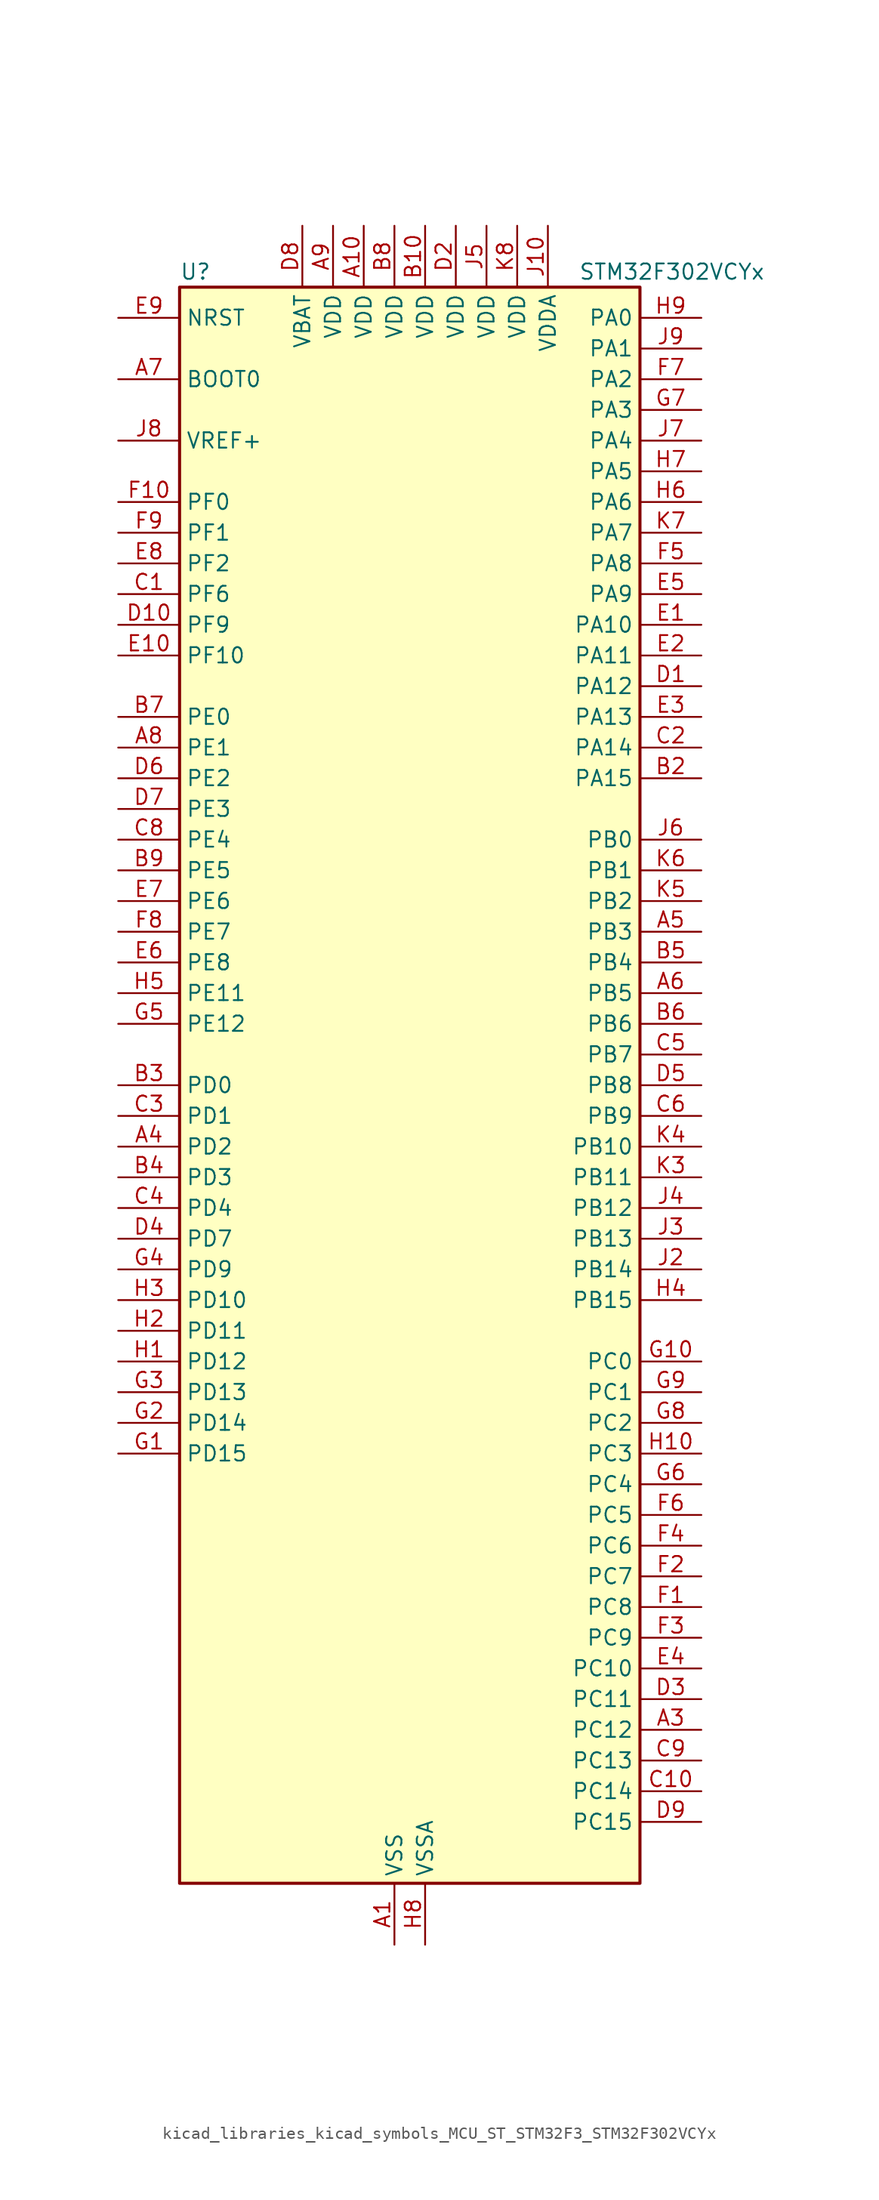
<source format=kicad_sym>
(kicad_symbol_lib
  (version 20220914)
  (generator kicad_symbol_editor)
  (symbol "kicad_libraries_kicad_symbols_MCU_ST_STM32F3_STM32F302VCYx"
    (property "Reference" "U"
      (at -17.78 67.31 0)
      (effects (font (size 1.27 1.27)) (justify left)))
    (property "Value" "STM32F302VCYx"
      (at 15.24 67.31 0)
      (effects (font (size 1.27 1.27)) (justify left)))
    (property "ki_locked" ""
      (at 0 0 0)
      (effects (font (size 1.27 1.27))))
    (symbol "kicad_libraries_kicad_symbols_MCU_ST_STM32F3_STM32F302VCYx_0_1"
      (rectangle (start -17.78 -66.04) (end 20.32 66.04) (stroke (width 0.254) (type default)) (fill (type background))))
    (symbol "kicad_libraries_kicad_symbols_MCU_ST_STM32F3_STM32F302VCYx_1_1"
      (pin power_in line (at 0 -71.12 90) (length 5.08) (name "VSS" (effects (font (size 1.27 1.27)))) (number "A1" (effects (font (size 1.27 1.27)))))
      (pin power_in line (at -2.54 71.12 270) (length 5.08) (name "VDD" (effects (font (size 1.27 1.27)))) (number "A10" (effects (font (size 1.27 1.27)))))
      (pin passive line (at 0 -71.12 90) (length 5.08) hide (name "VSS" (effects (font (size 1.27 1.27)))) (number "A2" (effects (font (size 1.27 1.27)))))
      (pin bidirectional line (at 25.4 -53.34 180) (length 5.08) (name "PC12" (effects (font (size 1.27 1.27)))) (number "A3" (effects (font (size 1.27 1.27)))) (alternate "I2S3_SD" bidirectional line) (alternate "SPI3_MOSI" bidirectional line) (alternate "UART5_TX" bidirectional line) (alternate "USART3_CK" bidirectional line))
      (pin bidirectional line (at -22.86 -5.08 0) (length 5.08) (name "PD2" (effects (font (size 1.27 1.27)))) (number "A4" (effects (font (size 1.27 1.27)))) (alternate "TIM3_ETR" bidirectional line) (alternate "UART5_RX" bidirectional line))
      (pin bidirectional line (at 25.4 12.7 180) (length 5.08) (name "PB3" (effects (font (size 1.27 1.27)))) (number "A5" (effects (font (size 1.27 1.27)))) (alternate "I2S3_CK" bidirectional line) (alternate "SPI1_SCK" bidirectional line) (alternate "SPI3_SCK" bidirectional line) (alternate "SYS_JTDO-TRACESWO" bidirectional line) (alternate "TIM2_CH2" bidirectional line) (alternate "TIM3_ETR" bidirectional line) (alternate "TIM4_ETR" bidirectional line) (alternate "TSC_G5_IO1" bidirectional line) (alternate "USART2_TX" bidirectional line))
      (pin bidirectional line (at 25.4 7.62 180) (length 5.08) (name "PB5" (effects (font (size 1.27 1.27)))) (number "A6" (effects (font (size 1.27 1.27)))) (alternate "I2C1_SMBA" bidirectional line) (alternate "I2S3_SD" bidirectional line) (alternate "SPI1_MOSI" bidirectional line) (alternate "SPI3_MOSI" bidirectional line) (alternate "TIM16_BKIN" bidirectional line) (alternate "TIM17_CH1" bidirectional line) (alternate "TIM3_CH2" bidirectional line) (alternate "USART2_CK" bidirectional line))
      (pin input line (at -22.86 58.42 0) (length 5.08) (name "BOOT0" (effects (font (size 1.27 1.27)))) (number "A7" (effects (font (size 1.27 1.27)))))
      (pin bidirectional line (at -22.86 27.94 0) (length 5.08) (name "PE1" (effects (font (size 1.27 1.27)))) (number "A8" (effects (font (size 1.27 1.27)))) (alternate "TIM17_CH1" bidirectional line) (alternate "USART1_RX" bidirectional line))
      (pin power_in line (at -5.08 71.12 270) (length 5.08) (name "VDD" (effects (font (size 1.27 1.27)))) (number "A9" (effects (font (size 1.27 1.27)))))
      (pin passive line (at 0 -71.12 90) (length 5.08) hide (name "VSS" (effects (font (size 1.27 1.27)))) (number "B1" (effects (font (size 1.27 1.27)))))
      (pin power_in line (at 2.54 71.12 270) (length 5.08) (name "VDD" (effects (font (size 1.27 1.27)))) (number "B10" (effects (font (size 1.27 1.27)))))
      (pin bidirectional line (at 25.4 25.4 180) (length 5.08) (name "PA15" (effects (font (size 1.27 1.27)))) (number "B2" (effects (font (size 1.27 1.27)))) (alternate "ADC1_EXTI15" bidirectional line) (alternate "ADC2_EXTI15" bidirectional line) (alternate "I2C1_SCL" bidirectional line) (alternate "I2S3_WS" bidirectional line) (alternate "SPI1_NSS" bidirectional line) (alternate "SPI3_NSS" bidirectional line) (alternate "SYS_JTDI" bidirectional line) (alternate "TIM1_BKIN" bidirectional line) (alternate "TIM2_CH1" bidirectional line) (alternate "TIM2_ETR" bidirectional line) (alternate "USART2_RX" bidirectional line))
      (pin bidirectional line (at -22.86 0 0) (length 5.08) (name "PD0" (effects (font (size 1.27 1.27)))) (number "B3" (effects (font (size 1.27 1.27)))) (alternate "CAN_RX" bidirectional line))
      (pin bidirectional line (at -22.86 -7.62 0) (length 5.08) (name "PD3" (effects (font (size 1.27 1.27)))) (number "B4" (effects (font (size 1.27 1.27)))) (alternate "TIM2_CH1" bidirectional line) (alternate "TIM2_ETR" bidirectional line) (alternate "USART2_CTS" bidirectional line))
      (pin bidirectional line (at 25.4 10.16 180) (length 5.08) (name "PB4" (effects (font (size 1.27 1.27)))) (number "B5" (effects (font (size 1.27 1.27)))) (alternate "I2S3_ext_SD" bidirectional line) (alternate "SPI1_MISO" bidirectional line) (alternate "SPI3_MISO" bidirectional line) (alternate "SYS_NJTRST" bidirectional line) (alternate "TIM16_CH1" bidirectional line) (alternate "TIM17_BKIN" bidirectional line) (alternate "TIM3_CH1" bidirectional line) (alternate "TSC_G5_IO2" bidirectional line) (alternate "USART2_RX" bidirectional line))
      (pin bidirectional line (at 25.4 5.08 180) (length 5.08) (name "PB6" (effects (font (size 1.27 1.27)))) (number "B6" (effects (font (size 1.27 1.27)))) (alternate "I2C1_SCL" bidirectional line) (alternate "TIM16_CH1N" bidirectional line) (alternate "TIM4_CH1" bidirectional line) (alternate "TSC_G5_IO3" bidirectional line) (alternate "USART1_TX" bidirectional line))
      (pin bidirectional line (at -22.86 30.48 0) (length 5.08) (name "PE0" (effects (font (size 1.27 1.27)))) (number "B7" (effects (font (size 1.27 1.27)))) (alternate "TIM16_CH1" bidirectional line) (alternate "TIM4_ETR" bidirectional line) (alternate "USART1_TX" bidirectional line))
      (pin power_in line (at 0 71.12 270) (length 5.08) (name "VDD" (effects (font (size 1.27 1.27)))) (number "B8" (effects (font (size 1.27 1.27)))))
      (pin bidirectional line (at -22.86 17.78 0) (length 5.08) (name "PE5" (effects (font (size 1.27 1.27)))) (number "B9" (effects (font (size 1.27 1.27)))) (alternate "SYS_TRACED2" bidirectional line) (alternate "TIM3_CH4" bidirectional line) (alternate "TSC_G7_IO4" bidirectional line))
      (pin bidirectional line (at -22.86 40.64 0) (length 5.08) (name "PF6" (effects (font (size 1.27 1.27)))) (number "C1" (effects (font (size 1.27 1.27)))) (alternate "I2C2_SCL" bidirectional line) (alternate "TIM4_CH4" bidirectional line) (alternate "USART3_DE" bidirectional line) (alternate "USART3_RTS" bidirectional line))
      (pin bidirectional line (at 25.4 -58.42 180) (length 5.08) (name "PC14" (effects (font (size 1.27 1.27)))) (number "C10" (effects (font (size 1.27 1.27)))) (alternate "RCC_OSC32_IN" bidirectional line))
      (pin bidirectional line (at 25.4 27.94 180) (length 5.08) (name "PA14" (effects (font (size 1.27 1.27)))) (number "C2" (effects (font (size 1.27 1.27)))) (alternate "I2C1_SDA" bidirectional line) (alternate "SYS_JTCK-SWCLK" bidirectional line) (alternate "TIM1_BKIN" bidirectional line) (alternate "TSC_G4_IO4" bidirectional line) (alternate "USART2_TX" bidirectional line))
      (pin bidirectional line (at -22.86 -2.54 0) (length 5.08) (name "PD1" (effects (font (size 1.27 1.27)))) (number "C3" (effects (font (size 1.27 1.27)))) (alternate "CAN_TX" bidirectional line))
      (pin bidirectional line (at -22.86 -10.16 0) (length 5.08) (name "PD4" (effects (font (size 1.27 1.27)))) (number "C4" (effects (font (size 1.27 1.27)))) (alternate "TIM2_CH2" bidirectional line) (alternate "USART2_DE" bidirectional line) (alternate "USART2_RTS" bidirectional line))
      (pin bidirectional line (at 25.4 2.54 180) (length 5.08) (name "PB7" (effects (font (size 1.27 1.27)))) (number "C5" (effects (font (size 1.27 1.27)))) (alternate "I2C1_SDA" bidirectional line) (alternate "TIM17_CH1N" bidirectional line) (alternate "TIM3_CH4" bidirectional line) (alternate "TIM4_CH2" bidirectional line) (alternate "TSC_G5_IO4" bidirectional line) (alternate "USART1_RX" bidirectional line))
      (pin bidirectional line (at 25.4 -2.54 180) (length 5.08) (name "PB9" (effects (font (size 1.27 1.27)))) (number "C6" (effects (font (size 1.27 1.27)))) (alternate "CAN_TX" bidirectional line) (alternate "COMP2_OUT" bidirectional line) (alternate "DAC_EXTI9" bidirectional line) (alternate "I2C1_SDA" bidirectional line) (alternate "IR_OUT" bidirectional line) (alternate "TIM17_CH1" bidirectional line) (alternate "TIM4_CH4" bidirectional line))
      (pin passive line (at 0 -71.12 90) (length 5.08) hide (name "VSS" (effects (font (size 1.27 1.27)))) (number "C7" (effects (font (size 1.27 1.27)))))
      (pin bidirectional line (at -22.86 20.32 0) (length 5.08) (name "PE4" (effects (font (size 1.27 1.27)))) (number "C8" (effects (font (size 1.27 1.27)))) (alternate "SYS_TRACED1" bidirectional line) (alternate "TIM3_CH3" bidirectional line) (alternate "TSC_G7_IO3" bidirectional line))
      (pin bidirectional line (at 25.4 -55.88 180) (length 5.08) (name "PC13" (effects (font (size 1.27 1.27)))) (number "C9" (effects (font (size 1.27 1.27)))) (alternate "RTC_OUT_ALARM" bidirectional line) (alternate "RTC_OUT_CALIB" bidirectional line) (alternate "RTC_TAMP1" bidirectional line) (alternate "RTC_TS" bidirectional line) (alternate "SYS_WKUP2" bidirectional line) (alternate "TIM1_CH1N" bidirectional line))
      (pin bidirectional line (at 25.4 33.02 180) (length 5.08) (name "PA12" (effects (font (size 1.27 1.27)))) (number "D1" (effects (font (size 1.27 1.27)))) (alternate "CAN_TX" bidirectional line) (alternate "COMP2_OUT" bidirectional line) (alternate "TIM16_CH1" bidirectional line) (alternate "TIM1_CH2N" bidirectional line) (alternate "TIM1_ETR" bidirectional line) (alternate "TIM4_CH2" bidirectional line) (alternate "USART1_DE" bidirectional line) (alternate "USART1_RTS" bidirectional line) (alternate "USB_DP" bidirectional line))
      (pin bidirectional line (at -22.86 38.1 0) (length 5.08) (name "PF9" (effects (font (size 1.27 1.27)))) (number "D10" (effects (font (size 1.27 1.27)))) (alternate "DAC_EXTI9" bidirectional line) (alternate "SPI2_SCK" bidirectional line) (alternate "TIM15_CH1" bidirectional line))
      (pin power_in line (at 5.08 71.12 270) (length 5.08) (name "VDD" (effects (font (size 1.27 1.27)))) (number "D2" (effects (font (size 1.27 1.27)))))
      (pin bidirectional line (at 25.4 -50.8 180) (length 5.08) (name "PC11" (effects (font (size 1.27 1.27)))) (number "D3" (effects (font (size 1.27 1.27)))) (alternate "ADC1_EXTI11" bidirectional line) (alternate "ADC2_EXTI11" bidirectional line) (alternate "I2S3_ext_SD" bidirectional line) (alternate "SPI3_MISO" bidirectional line) (alternate "UART4_RX" bidirectional line) (alternate "USART3_RX" bidirectional line))
      (pin bidirectional line (at -22.86 -12.7 0) (length 5.08) (name "PD7" (effects (font (size 1.27 1.27)))) (number "D4" (effects (font (size 1.27 1.27)))) (alternate "TIM2_CH3" bidirectional line) (alternate "USART2_CK" bidirectional line))
      (pin bidirectional line (at 25.4 0 180) (length 5.08) (name "PB8" (effects (font (size 1.27 1.27)))) (number "D5" (effects (font (size 1.27 1.27)))) (alternate "CAN_RX" bidirectional line) (alternate "COMP1_OUT" bidirectional line) (alternate "I2C1_SCL" bidirectional line) (alternate "TIM16_CH1" bidirectional line) (alternate "TIM1_BKIN" bidirectional line) (alternate "TIM4_CH3" bidirectional line) (alternate "TSC_SYNC" bidirectional line))
      (pin bidirectional line (at -22.86 25.4 0) (length 5.08) (name "PE2" (effects (font (size 1.27 1.27)))) (number "D6" (effects (font (size 1.27 1.27)))) (alternate "SYS_TRACECK" bidirectional line) (alternate "TIM3_CH1" bidirectional line) (alternate "TSC_G7_IO1" bidirectional line))
      (pin bidirectional line (at -22.86 22.86 0) (length 5.08) (name "PE3" (effects (font (size 1.27 1.27)))) (number "D7" (effects (font (size 1.27 1.27)))) (alternate "SYS_TRACED0" bidirectional line) (alternate "TIM3_CH2" bidirectional line) (alternate "TSC_G7_IO2" bidirectional line))
      (pin power_in line (at -7.62 71.12 270) (length 5.08) (name "VBAT" (effects (font (size 1.27 1.27)))) (number "D8" (effects (font (size 1.27 1.27)))))
      (pin bidirectional line (at 25.4 -60.96 180) (length 5.08) (name "PC15" (effects (font (size 1.27 1.27)))) (number "D9" (effects (font (size 1.27 1.27)))) (alternate "ADC1_EXTI15" bidirectional line) (alternate "ADC2_EXTI15" bidirectional line) (alternate "RCC_OSC32_OUT" bidirectional line))
      (pin bidirectional line (at 25.4 38.1 180) (length 5.08) (name "PA10" (effects (font (size 1.27 1.27)))) (number "E1" (effects (font (size 1.27 1.27)))) (alternate "COMP6_OUT" bidirectional line) (alternate "I2C2_SDA" bidirectional line) (alternate "TIM17_BKIN" bidirectional line) (alternate "TIM1_CH3" bidirectional line) (alternate "TIM2_CH4" bidirectional line) (alternate "TSC_G4_IO2" bidirectional line) (alternate "USART1_RX" bidirectional line))
      (pin bidirectional line (at -22.86 35.56 0) (length 5.08) (name "PF10" (effects (font (size 1.27 1.27)))) (number "E10" (effects (font (size 1.27 1.27)))) (alternate "SPI2_SCK" bidirectional line) (alternate "TIM15_CH2" bidirectional line))
      (pin bidirectional line (at 25.4 35.56 180) (length 5.08) (name "PA11" (effects (font (size 1.27 1.27)))) (number "E2" (effects (font (size 1.27 1.27)))) (alternate "ADC1_EXTI11" bidirectional line) (alternate "ADC2_EXTI11" bidirectional line) (alternate "CAN_RX" bidirectional line) (alternate "COMP1_OUT" bidirectional line) (alternate "TIM1_BKIN2" bidirectional line) (alternate "TIM1_CH1N" bidirectional line) (alternate "TIM1_CH4" bidirectional line) (alternate "TIM4_CH1" bidirectional line) (alternate "USART1_CTS" bidirectional line) (alternate "USB_DM" bidirectional line))
      (pin bidirectional line (at 25.4 30.48 180) (length 5.08) (name "PA13" (effects (font (size 1.27 1.27)))) (number "E3" (effects (font (size 1.27 1.27)))) (alternate "IR_OUT" bidirectional line) (alternate "SYS_JTMS-SWDIO" bidirectional line) (alternate "TIM16_CH1N" bidirectional line) (alternate "TIM4_CH3" bidirectional line) (alternate "TSC_G4_IO3" bidirectional line) (alternate "USART3_CTS" bidirectional line))
      (pin bidirectional line (at 25.4 -48.26 180) (length 5.08) (name "PC10" (effects (font (size 1.27 1.27)))) (number "E4" (effects (font (size 1.27 1.27)))) (alternate "I2S3_CK" bidirectional line) (alternate "SPI3_SCK" bidirectional line) (alternate "UART4_TX" bidirectional line) (alternate "USART3_TX" bidirectional line))
      (pin bidirectional line (at 25.4 40.64 180) (length 5.08) (name "PA9" (effects (font (size 1.27 1.27)))) (number "E5" (effects (font (size 1.27 1.27)))) (alternate "DAC_EXTI9" bidirectional line) (alternate "I2C2_SCL" bidirectional line) (alternate "I2S3_MCK" bidirectional line) (alternate "TIM15_BKIN" bidirectional line) (alternate "TIM1_CH2" bidirectional line) (alternate "TIM2_CH3" bidirectional line) (alternate "TSC_G4_IO1" bidirectional line) (alternate "USART1_TX" bidirectional line))
      (pin bidirectional line (at -22.86 10.16 0) (length 5.08) (name "PE8" (effects (font (size 1.27 1.27)))) (number "E6" (effects (font (size 1.27 1.27)))) (alternate "COMP4_INM" bidirectional line) (alternate "TIM1_CH1N" bidirectional line))
      (pin bidirectional line (at -22.86 15.24 0) (length 5.08) (name "PE6" (effects (font (size 1.27 1.27)))) (number "E7" (effects (font (size 1.27 1.27)))) (alternate "RTC_TAMP3" bidirectional line) (alternate "SYS_TRACED3" bidirectional line) (alternate "SYS_WKUP3" bidirectional line))
      (pin bidirectional line (at -22.86 43.18 0) (length 5.08) (name "PF2" (effects (font (size 1.27 1.27)))) (number "E8" (effects (font (size 1.27 1.27)))) (alternate "ADC1_IN10" bidirectional line) (alternate "ADC2_IN10" bidirectional line))
      (pin input line (at -22.86 63.5 0) (length 5.08) (name "NRST" (effects (font (size 1.27 1.27)))) (number "E9" (effects (font (size 1.27 1.27)))))
      (pin bidirectional line (at 25.4 -43.18 180) (length 5.08) (name "PC8" (effects (font (size 1.27 1.27)))) (number "F1" (effects (font (size 1.27 1.27)))) (alternate "TIM3_CH3" bidirectional line))
      (pin bidirectional line (at -22.86 48.26 0) (length 5.08) (name "PF0" (effects (font (size 1.27 1.27)))) (number "F10" (effects (font (size 1.27 1.27)))) (alternate "I2C2_SDA" bidirectional line) (alternate "RCC_OSC_IN" bidirectional line) (alternate "TIM1_CH3N" bidirectional line))
      (pin bidirectional line (at 25.4 -40.64 180) (length 5.08) (name "PC7" (effects (font (size 1.27 1.27)))) (number "F2" (effects (font (size 1.27 1.27)))) (alternate "I2S3_MCK" bidirectional line) (alternate "TIM3_CH2" bidirectional line))
      (pin bidirectional line (at 25.4 -45.72 180) (length 5.08) (name "PC9" (effects (font (size 1.27 1.27)))) (number "F3" (effects (font (size 1.27 1.27)))) (alternate "DAC_EXTI9" bidirectional line) (alternate "I2S_CKIN" bidirectional line) (alternate "TIM3_CH4" bidirectional line))
      (pin bidirectional line (at 25.4 -38.1 180) (length 5.08) (name "PC6" (effects (font (size 1.27 1.27)))) (number "F4" (effects (font (size 1.27 1.27)))) (alternate "COMP6_OUT" bidirectional line) (alternate "I2S2_MCK" bidirectional line) (alternate "TIM3_CH1" bidirectional line))
      (pin bidirectional line (at 25.4 43.18 180) (length 5.08) (name "PA8" (effects (font (size 1.27 1.27)))) (number "F5" (effects (font (size 1.27 1.27)))) (alternate "I2C2_SMBA" bidirectional line) (alternate "I2S2_MCK" bidirectional line) (alternate "RCC_MCO" bidirectional line) (alternate "TIM1_CH1" bidirectional line) (alternate "TIM4_ETR" bidirectional line) (alternate "USART1_CK" bidirectional line))
      (pin bidirectional line (at 25.4 -35.56 180) (length 5.08) (name "PC5" (effects (font (size 1.27 1.27)))) (number "F6" (effects (font (size 1.27 1.27)))) (alternate "ADC2_IN11" bidirectional line) (alternate "OPAMP1_VINM" bidirectional line) (alternate "OPAMP1_VINM_SEC" bidirectional line) (alternate "OPAMP2_VINM" bidirectional line) (alternate "OPAMP2_VINM_SEC" bidirectional line) (alternate "TSC_G3_IO1" bidirectional line) (alternate "USART1_RX" bidirectional line))
      (pin bidirectional line (at 25.4 58.42 180) (length 5.08) (name "PA2" (effects (font (size 1.27 1.27)))) (number "F7" (effects (font (size 1.27 1.27)))) (alternate "ADC1_IN3" bidirectional line) (alternate "COMP2_INM" bidirectional line) (alternate "COMP2_OUT" bidirectional line) (alternate "OPAMP1_VOUT" bidirectional line) (alternate "TIM15_CH1" bidirectional line) (alternate "TIM2_CH3" bidirectional line) (alternate "TSC_G1_IO3" bidirectional line) (alternate "USART2_TX" bidirectional line))
      (pin bidirectional line (at -22.86 12.7 0) (length 5.08) (name "PE7" (effects (font (size 1.27 1.27)))) (number "F8" (effects (font (size 1.27 1.27)))) (alternate "COMP4_INP" bidirectional line) (alternate "TIM1_ETR" bidirectional line))
      (pin bidirectional line (at -22.86 45.72 0) (length 5.08) (name "PF1" (effects (font (size 1.27 1.27)))) (number "F9" (effects (font (size 1.27 1.27)))) (alternate "I2C2_SCL" bidirectional line) (alternate "RCC_OSC_OUT" bidirectional line))
      (pin bidirectional line (at -22.86 -30.48 0) (length 5.08) (name "PD15" (effects (font (size 1.27 1.27)))) (number "G1" (effects (font (size 1.27 1.27)))) (alternate "ADC1_EXTI15" bidirectional line) (alternate "ADC2_EXTI15" bidirectional line) (alternate "SPI2_NSS" bidirectional line) (alternate "TIM4_CH4" bidirectional line) (alternate "TSC_G8_IO4" bidirectional line))
      (pin bidirectional line (at 25.4 -22.86 180) (length 5.08) (name "PC0" (effects (font (size 1.27 1.27)))) (number "G10" (effects (font (size 1.27 1.27)))) (alternate "ADC1_IN6" bidirectional line) (alternate "ADC2_IN6" bidirectional line))
      (pin bidirectional line (at -22.86 -27.94 0) (length 5.08) (name "PD14" (effects (font (size 1.27 1.27)))) (number "G2" (effects (font (size 1.27 1.27)))) (alternate "OPAMP2_VINP" bidirectional line) (alternate "OPAMP2_VINP_SEC" bidirectional line) (alternate "TIM4_CH3" bidirectional line) (alternate "TSC_G8_IO3" bidirectional line))
      (pin bidirectional line (at -22.86 -25.4 0) (length 5.08) (name "PD13" (effects (font (size 1.27 1.27)))) (number "G3" (effects (font (size 1.27 1.27)))) (alternate "TIM4_CH2" bidirectional line) (alternate "TSC_G8_IO2" bidirectional line))
      (pin bidirectional line (at -22.86 -15.24 0) (length 5.08) (name "PD9" (effects (font (size 1.27 1.27)))) (number "G4" (effects (font (size 1.27 1.27)))) (alternate "DAC_EXTI9" bidirectional line) (alternate "USART3_RX" bidirectional line))
      (pin bidirectional line (at -22.86 5.08 0) (length 5.08) (name "PE12" (effects (font (size 1.27 1.27)))) (number "G5" (effects (font (size 1.27 1.27)))) (alternate "TIM1_CH3N" bidirectional line))
      (pin bidirectional line (at 25.4 -33.02 180) (length 5.08) (name "PC4" (effects (font (size 1.27 1.27)))) (number "G6" (effects (font (size 1.27 1.27)))) (alternate "ADC2_IN5" bidirectional line) (alternate "USART1_TX" bidirectional line))
      (pin bidirectional line (at 25.4 55.88 180) (length 5.08) (name "PA3" (effects (font (size 1.27 1.27)))) (number "G7" (effects (font (size 1.27 1.27)))) (alternate "ADC1_IN4" bidirectional line) (alternate "COMP2_INP" bidirectional line) (alternate "OPAMP1_VINM" bidirectional line) (alternate "OPAMP1_VINM_SEC" bidirectional line) (alternate "OPAMP1_VINP" bidirectional line) (alternate "OPAMP1_VINP_SEC" bidirectional line) (alternate "TIM15_CH2" bidirectional line) (alternate "TIM2_CH4" bidirectional line) (alternate "TSC_G1_IO4" bidirectional line) (alternate "USART2_RX" bidirectional line))
      (pin bidirectional line (at 25.4 -27.94 180) (length 5.08) (name "PC2" (effects (font (size 1.27 1.27)))) (number "G8" (effects (font (size 1.27 1.27)))) (alternate "ADC1_IN8" bidirectional line) (alternate "ADC2_IN8" bidirectional line))
      (pin bidirectional line (at 25.4 -25.4 180) (length 5.08) (name "PC1" (effects (font (size 1.27 1.27)))) (number "G9" (effects (font (size 1.27 1.27)))) (alternate "ADC1_IN7" bidirectional line) (alternate "ADC2_IN7" bidirectional line))
      (pin bidirectional line (at -22.86 -22.86 0) (length 5.08) (name "PD12" (effects (font (size 1.27 1.27)))) (number "H1" (effects (font (size 1.27 1.27)))) (alternate "TIM4_CH1" bidirectional line) (alternate "TSC_G8_IO1" bidirectional line) (alternate "USART3_DE" bidirectional line) (alternate "USART3_RTS" bidirectional line))
      (pin bidirectional line (at 25.4 -30.48 180) (length 5.08) (name "PC3" (effects (font (size 1.27 1.27)))) (number "H10" (effects (font (size 1.27 1.27)))) (alternate "ADC1_IN9" bidirectional line) (alternate "ADC2_IN9" bidirectional line) (alternate "TIM1_BKIN2" bidirectional line))
      (pin bidirectional line (at -22.86 -20.32 0) (length 5.08) (name "PD11" (effects (font (size 1.27 1.27)))) (number "H2" (effects (font (size 1.27 1.27)))) (alternate "ADC1_EXTI11" bidirectional line) (alternate "ADC2_EXTI11" bidirectional line) (alternate "COMP6_INP" bidirectional line) (alternate "USART3_CTS" bidirectional line))
      (pin bidirectional line (at -22.86 -17.78 0) (length 5.08) (name "PD10" (effects (font (size 1.27 1.27)))) (number "H3" (effects (font (size 1.27 1.27)))) (alternate "COMP6_INM" bidirectional line) (alternate "USART3_CK" bidirectional line))
      (pin bidirectional line (at 25.4 -17.78 180) (length 5.08) (name "PB15" (effects (font (size 1.27 1.27)))) (number "H4" (effects (font (size 1.27 1.27)))) (alternate "ADC1_EXTI15" bidirectional line) (alternate "ADC2_EXTI15" bidirectional line) (alternate "COMP6_INM" bidirectional line) (alternate "I2S2_SD" bidirectional line) (alternate "RTC_REFIN" bidirectional line) (alternate "SPI2_MOSI" bidirectional line) (alternate "TIM15_CH1N" bidirectional line) (alternate "TIM15_CH2" bidirectional line) (alternate "TIM1_CH3N" bidirectional line))
      (pin bidirectional line (at -22.86 7.62 0) (length 5.08) (name "PE11" (effects (font (size 1.27 1.27)))) (number "H5" (effects (font (size 1.27 1.27)))) (alternate "ADC1_EXTI11" bidirectional line) (alternate "ADC2_EXTI11" bidirectional line) (alternate "TIM1_CH2" bidirectional line))
      (pin bidirectional line (at 25.4 48.26 180) (length 5.08) (name "PA6" (effects (font (size 1.27 1.27)))) (number "H6" (effects (font (size 1.27 1.27)))) (alternate "ADC2_IN3" bidirectional line) (alternate "COMP1_OUT" bidirectional line) (alternate "OPAMP2_VOUT" bidirectional line) (alternate "SPI1_MISO" bidirectional line) (alternate "TIM16_CH1" bidirectional line) (alternate "TIM1_BKIN" bidirectional line) (alternate "TIM3_CH1" bidirectional line) (alternate "TSC_G2_IO3" bidirectional line))
      (pin bidirectional line (at 25.4 50.8 180) (length 5.08) (name "PA5" (effects (font (size 1.27 1.27)))) (number "H7" (effects (font (size 1.27 1.27)))) (alternate "ADC2_IN2" bidirectional line) (alternate "COMP1_INM" bidirectional line) (alternate "COMP2_INM" bidirectional line) (alternate "COMP4_INM" bidirectional line) (alternate "COMP6_INM" bidirectional line) (alternate "OPAMP1_VINP" bidirectional line) (alternate "OPAMP1_VINP_SEC" bidirectional line) (alternate "OPAMP2_VINM" bidirectional line) (alternate "OPAMP2_VINM_SEC" bidirectional line) (alternate "SPI1_SCK" bidirectional line) (alternate "TIM2_CH1" bidirectional line) (alternate "TIM2_ETR" bidirectional line) (alternate "TSC_G2_IO2" bidirectional line))
      (pin power_in line (at 2.54 -71.12 90) (length 5.08) (name "VSSA" (effects (font (size 1.27 1.27)))) (number "H8" (effects (font (size 1.27 1.27)))))
      (pin bidirectional line (at 25.4 63.5 180) (length 5.08) (name "PA0" (effects (font (size 1.27 1.27)))) (number "H9" (effects (font (size 1.27 1.27)))) (alternate "ADC1_IN1" bidirectional line) (alternate "COMP1_INM" bidirectional line) (alternate "COMP1_OUT" bidirectional line) (alternate "RTC_TAMP2" bidirectional line) (alternate "SYS_WKUP1" bidirectional line) (alternate "TIM2_CH1" bidirectional line) (alternate "TIM2_ETR" bidirectional line) (alternate "TSC_G1_IO1" bidirectional line) (alternate "USART2_CTS" bidirectional line))
      (pin passive line (at 0 -71.12 90) (length 5.08) hide (name "VSS" (effects (font (size 1.27 1.27)))) (number "J1" (effects (font (size 1.27 1.27)))))
      (pin power_in line (at 12.7 71.12 270) (length 5.08) (name "VDDA" (effects (font (size 1.27 1.27)))) (number "J10" (effects (font (size 1.27 1.27)))))
      (pin bidirectional line (at 25.4 -15.24 180) (length 5.08) (name "PB14" (effects (font (size 1.27 1.27)))) (number "J2" (effects (font (size 1.27 1.27)))) (alternate "I2S2_ext_SD" bidirectional line) (alternate "OPAMP2_VINP" bidirectional line) (alternate "OPAMP2_VINP_SEC" bidirectional line) (alternate "SPI2_MISO" bidirectional line) (alternate "TIM15_CH1" bidirectional line) (alternate "TIM1_CH2N" bidirectional line) (alternate "TSC_G6_IO4" bidirectional line) (alternate "USART3_DE" bidirectional line) (alternate "USART3_RTS" bidirectional line))
      (pin bidirectional line (at 25.4 -12.7 180) (length 5.08) (name "PB13" (effects (font (size 1.27 1.27)))) (number "J3" (effects (font (size 1.27 1.27)))) (alternate "I2S2_CK" bidirectional line) (alternate "SPI2_SCK" bidirectional line) (alternate "TIM1_CH1N" bidirectional line) (alternate "TSC_G6_IO3" bidirectional line) (alternate "USART3_CTS" bidirectional line))
      (pin bidirectional line (at 25.4 -10.16 180) (length 5.08) (name "PB12" (effects (font (size 1.27 1.27)))) (number "J4" (effects (font (size 1.27 1.27)))) (alternate "I2C2_SMBA" bidirectional line) (alternate "I2S2_WS" bidirectional line) (alternate "SPI2_NSS" bidirectional line) (alternate "TIM1_BKIN" bidirectional line) (alternate "TSC_G6_IO2" bidirectional line) (alternate "USART3_CK" bidirectional line))
      (pin power_in line (at 7.62 71.12 270) (length 5.08) (name "VDD" (effects (font (size 1.27 1.27)))) (number "J5" (effects (font (size 1.27 1.27)))))
      (pin bidirectional line (at 25.4 20.32 180) (length 5.08) (name "PB0" (effects (font (size 1.27 1.27)))) (number "J6" (effects (font (size 1.27 1.27)))) (alternate "COMP4_INP" bidirectional line) (alternate "OPAMP2_VINP" bidirectional line) (alternate "OPAMP2_VINP_SEC" bidirectional line) (alternate "TIM1_CH2N" bidirectional line) (alternate "TIM3_CH3" bidirectional line) (alternate "TSC_G3_IO2" bidirectional line))
      (pin bidirectional line (at 25.4 53.34 180) (length 5.08) (name "PA4" (effects (font (size 1.27 1.27)))) (number "J7" (effects (font (size 1.27 1.27)))) (alternate "ADC2_IN1" bidirectional line) (alternate "COMP1_INM" bidirectional line) (alternate "COMP2_INM" bidirectional line) (alternate "COMP4_INM" bidirectional line) (alternate "COMP6_INM" bidirectional line) (alternate "DAC_OUT1" bidirectional line) (alternate "I2S3_WS" bidirectional line) (alternate "SPI1_NSS" bidirectional line) (alternate "SPI3_NSS" bidirectional line) (alternate "TIM3_CH2" bidirectional line) (alternate "TSC_G2_IO1" bidirectional line) (alternate "USART2_CK" bidirectional line))
      (pin input line (at -22.86 53.34 0) (length 5.08) (name "VREF+" (effects (font (size 1.27 1.27)))) (number "J8" (effects (font (size 1.27 1.27)))))
      (pin bidirectional line (at 25.4 60.96 180) (length 5.08) (name "PA1" (effects (font (size 1.27 1.27)))) (number "J9" (effects (font (size 1.27 1.27)))) (alternate "ADC1_IN2" bidirectional line) (alternate "COMP1_INP" bidirectional line) (alternate "OPAMP1_VINP" bidirectional line) (alternate "OPAMP1_VINP_SEC" bidirectional line) (alternate "RTC_REFIN" bidirectional line) (alternate "TIM15_CH1N" bidirectional line) (alternate "TIM2_CH2" bidirectional line) (alternate "TSC_G1_IO2" bidirectional line) (alternate "USART2_DE" bidirectional line) (alternate "USART2_RTS" bidirectional line))
      (pin passive line (at 0 -71.12 90) (length 5.08) hide (name "VSS" (effects (font (size 1.27 1.27)))) (number "K1" (effects (font (size 1.27 1.27)))))
      (pin passive line (at 0 -71.12 90) (length 5.08) hide (name "VSS" (effects (font (size 1.27 1.27)))) (number "K10" (effects (font (size 1.27 1.27)))))
      (pin passive line (at 0 -71.12 90) (length 5.08) hide (name "VSS" (effects (font (size 1.27 1.27)))) (number "K2" (effects (font (size 1.27 1.27)))))
      (pin bidirectional line (at 25.4 -7.62 180) (length 5.08) (name "PB11" (effects (font (size 1.27 1.27)))) (number "K3" (effects (font (size 1.27 1.27)))) (alternate "ADC1_EXTI11" bidirectional line) (alternate "ADC2_EXTI11" bidirectional line) (alternate "COMP6_INP" bidirectional line) (alternate "TIM2_CH4" bidirectional line) (alternate "TSC_G6_IO1" bidirectional line) (alternate "USART3_RX" bidirectional line))
      (pin bidirectional line (at 25.4 -5.08 180) (length 5.08) (name "PB10" (effects (font (size 1.27 1.27)))) (number "K4" (effects (font (size 1.27 1.27)))) (alternate "TIM2_CH3" bidirectional line) (alternate "TSC_SYNC" bidirectional line) (alternate "USART3_TX" bidirectional line))
      (pin bidirectional line (at 25.4 15.24 180) (length 5.08) (name "PB2" (effects (font (size 1.27 1.27)))) (number "K5" (effects (font (size 1.27 1.27)))) (alternate "ADC2_IN12" bidirectional line) (alternate "COMP4_INM" bidirectional line) (alternate "TSC_G3_IO4" bidirectional line))
      (pin bidirectional line (at 25.4 17.78 180) (length 5.08) (name "PB1" (effects (font (size 1.27 1.27)))) (number "K6" (effects (font (size 1.27 1.27)))) (alternate "COMP4_OUT" bidirectional line) (alternate "TIM1_CH3N" bidirectional line) (alternate "TIM3_CH4" bidirectional line) (alternate "TSC_G3_IO3" bidirectional line))
      (pin bidirectional line (at 25.4 45.72 180) (length 5.08) (name "PA7" (effects (font (size 1.27 1.27)))) (number "K7" (effects (font (size 1.27 1.27)))) (alternate "ADC2_IN4" bidirectional line) (alternate "COMP2_INP" bidirectional line) (alternate "COMP2_OUT" bidirectional line) (alternate "OPAMP1_VINP" bidirectional line) (alternate "OPAMP1_VINP_SEC" bidirectional line) (alternate "OPAMP2_VINP" bidirectional line) (alternate "OPAMP2_VINP_SEC" bidirectional line) (alternate "SPI1_MOSI" bidirectional line) (alternate "TIM17_CH1" bidirectional line) (alternate "TIM1_CH1N" bidirectional line) (alternate "TIM3_CH2" bidirectional line) (alternate "TSC_G2_IO4" bidirectional line))
      (pin power_in line (at 10.16 71.12 270) (length 5.08) (name "VDD" (effects (font (size 1.27 1.27)))) (number "K8" (effects (font (size 1.27 1.27)))))
      (pin passive line (at 0 -71.12 90) (length 5.08) hide (name "VSS" (effects (font (size 1.27 1.27)))) (number "K9" (effects (font (size 1.27 1.27))))))))
</source>
